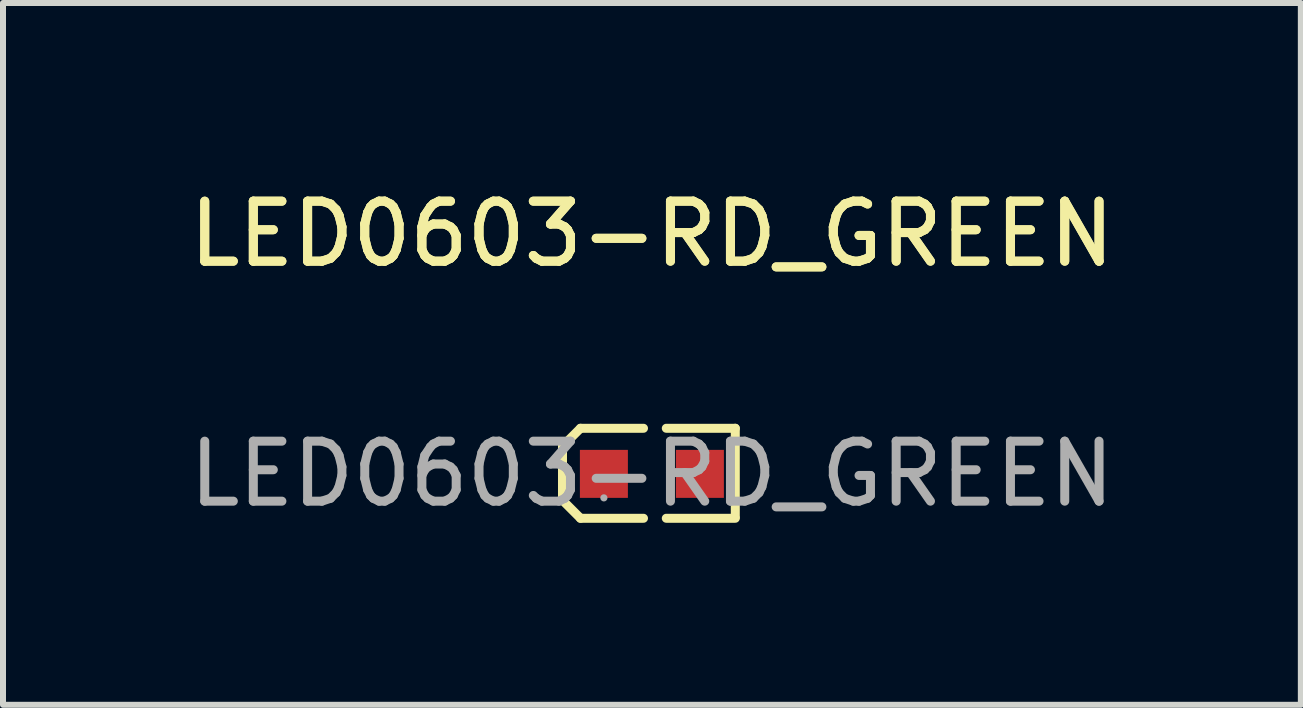
<source format=kicad_pcb>
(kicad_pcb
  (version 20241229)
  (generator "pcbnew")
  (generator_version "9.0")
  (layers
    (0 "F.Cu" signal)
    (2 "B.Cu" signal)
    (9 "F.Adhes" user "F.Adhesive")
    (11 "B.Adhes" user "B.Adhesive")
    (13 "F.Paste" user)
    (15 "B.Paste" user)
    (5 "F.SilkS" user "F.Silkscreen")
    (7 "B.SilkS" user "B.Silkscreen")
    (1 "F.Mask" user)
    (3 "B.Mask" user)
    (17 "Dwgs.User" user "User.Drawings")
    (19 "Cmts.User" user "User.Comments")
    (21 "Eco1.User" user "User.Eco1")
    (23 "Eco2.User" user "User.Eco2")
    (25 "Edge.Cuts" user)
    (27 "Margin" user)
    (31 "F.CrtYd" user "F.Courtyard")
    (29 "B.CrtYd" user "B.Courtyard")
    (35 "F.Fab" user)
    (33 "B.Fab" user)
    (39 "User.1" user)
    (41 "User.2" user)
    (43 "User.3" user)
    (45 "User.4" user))
  (footprint "LED0603-RD_GREEN"
    (layer "F.Cu")
    (at 7.815 4.848)
    (property "Reference" "LED0603-RD_GREEN" (at 0 -4 0) (layer "F.SilkS") (effects (font (size 1 1) (thickness 0.15))))
    (attr smd)
    (fp_line (start -1.49 -0.46) (end -1.19 -0.76) (stroke (width 0.15) (type solid)) (layer "F.SilkS"))
    (fp_line (start -1.49 -0.36) (end -1.49 -0.46) (stroke (width 0.15) (type solid)) (layer "F.SilkS"))
    (fp_line (start -1.49 -0.36) (end -1.49 0.34) (stroke (width 0.15) (type solid)) (layer "F.SilkS"))
    (fp_line (start -1.49 0.34) (end -1.49 0.44) (stroke (width 0.15) (type solid)) (layer "F.SilkS"))
    (fp_line (start -1.49 0.44) (end -1.19 0.74) (stroke (width 0.15) (type solid)) (layer "F.SilkS"))
    (fp_line (start -0.14 -0.76) (end -1.19 -0.76) (stroke (width 0.15) (type solid)) (layer "F.SilkS"))
    (fp_line (start -0.14 0.74) (end -1.19 0.74) (stroke (width 0.15) (type solid)) (layer "F.SilkS"))
    (fp_line (start 0.24 -0.76) (end 1.39 -0.76) (stroke (width 0.15) (type solid)) (layer "F.SilkS"))
    (fp_line (start 0.24 0.74) (end 1.39 0.74) (stroke (width 0.15) (type solid)) (layer "F.SilkS"))
    (fp_line (start 1.39 -0.76) (end 1.39 0.72) (stroke (width 0.15) (type solid)) (layer "F.SilkS"))
    (fp_circle (center -0.8 0.4) (end -0.77 0.4) (stroke (width 0.06) (type solid)) (fill no) (layer "F.Fab"))
    (fp_text user "${REFERENCE}" (at 0 -4 0) (layer "F.SilkS") (effects (font (size 1 1) (thickness 0.15))))
    (fp_text user "${REFERENCE}" (at 0 0 0) (layer "F.Fab") (effects (font (size 1 1) (thickness 0.15))))
    (pad "1" smd rect (at -0.8 0 90) (size 0.8 0.8) (layers "F.Cu" "F.Mask" "F.Paste"))
    (pad "2" smd rect (at 0.8 0 90) (size 0.8 0.8) (layers "F.Cu" "F.Mask" "F.Paste")))
  (gr_rect
    (start -3 -3)
    (end 18.631 8.697)
    (stroke (width 0.1) (type default))
    (fill no)
    (layer "Edge.Cuts")))
</source>
